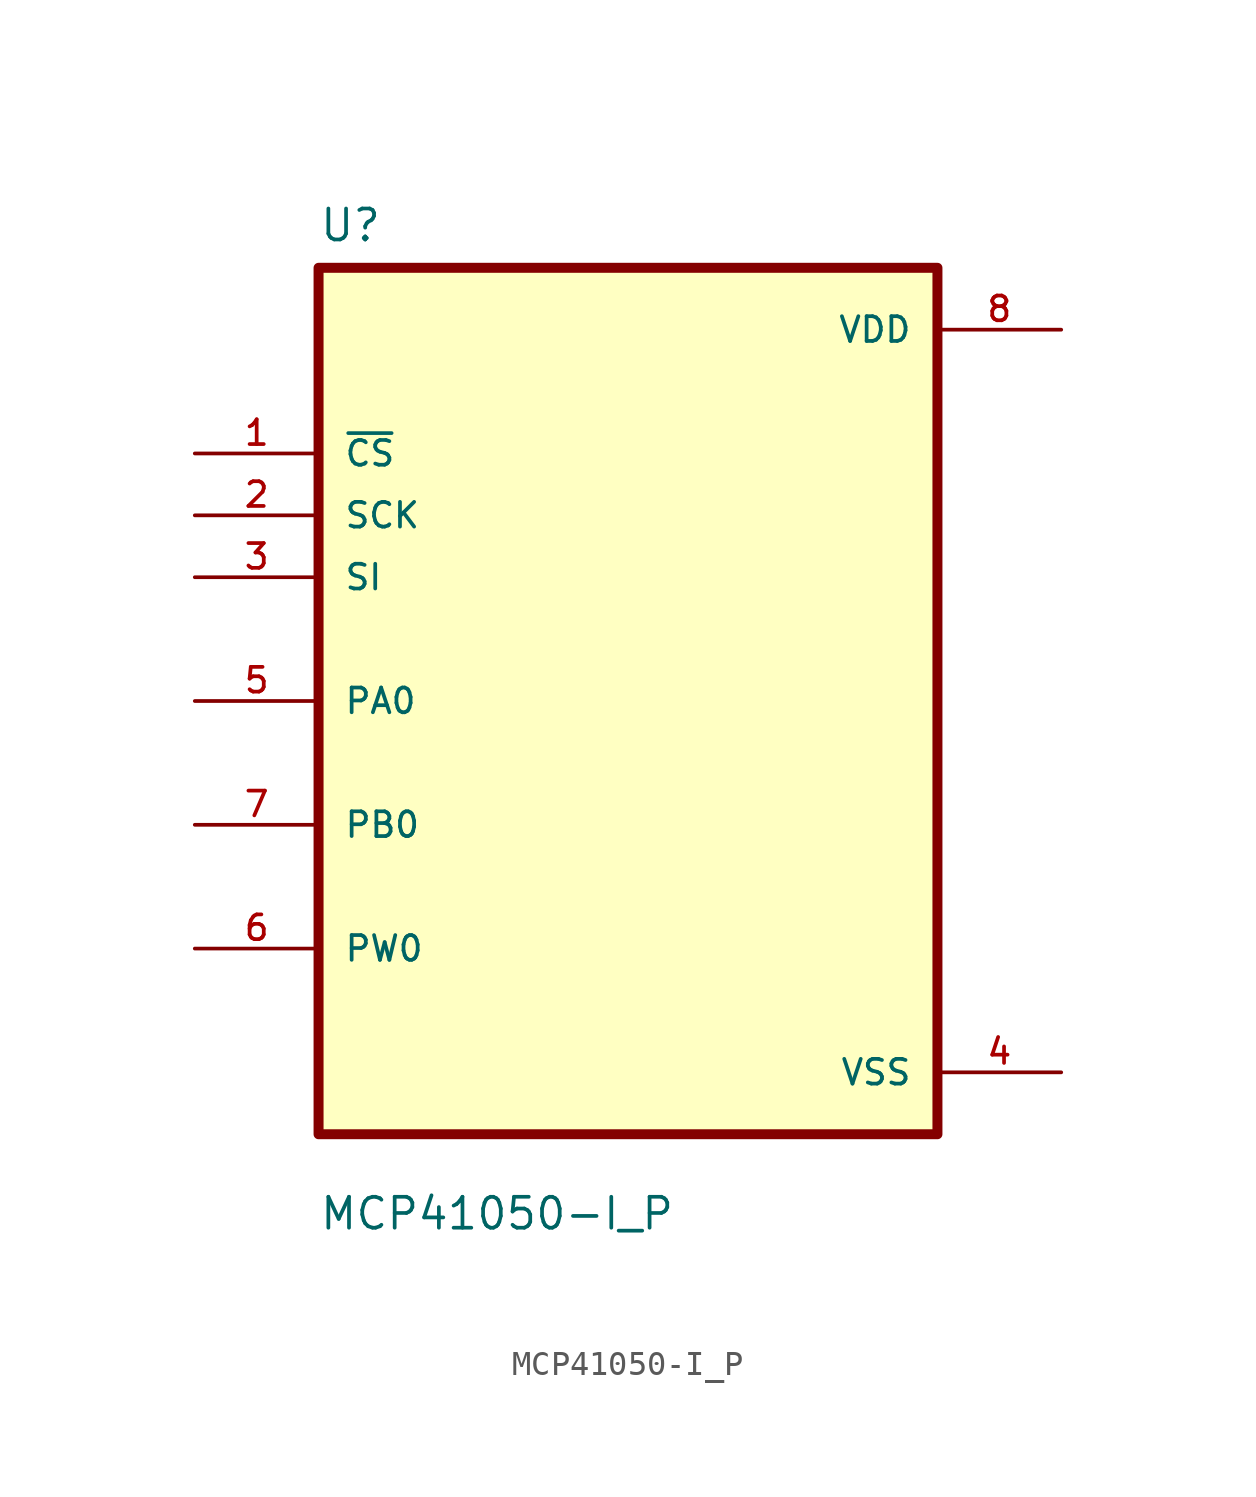
<source format=kicad_sym>
(kicad_symbol_lib
  (version 20211014)
  (generator kicad_symbol_editor)
  (symbol "MCP41050-I_P"
    (pin_names
      (offset 1.016))
    (property "Reference" "U"
      (at -12.7 18.78 0.0)
      (effects (font (size 1.27 1.27)) (justify bottom left)))
    (property "Value" "MCP41050-I_P"
      (at -12.7 -21.78 0.0)
      (effects (font (size 1.27 1.27)) (justify bottom left)))
    (symbol "MCP41050-I_P_0_0"
      (rectangle (start -12.7 -17.78) (end 12.7 17.78) (stroke (width 0.41)) (fill (type background)))
      (pin input line (at -17.78 10.16 0) (length 5.08) (name "~{CS}" (effects (font (size 1.016 1.016)))) (number "1" (effects (font (size 1.016 1.016)))))
      (pin input line (at -17.78 7.62 0) (length 5.08) (name "SCK" (effects (font (size 1.016 1.016)))) (number "2" (effects (font (size 1.016 1.016)))))
      (pin input line (at -17.78 5.08 0) (length 5.08) (name "SI" (effects (font (size 1.016 1.016)))) (number "3" (effects (font (size 1.016 1.016)))))
      (pin bidirectional line (at -17.78 0.0 0) (length 5.08) (name "PA0" (effects (font (size 1.016 1.016)))) (number "5" (effects (font (size 1.016 1.016)))))
      (pin bidirectional line (at -17.78 -5.08 0) (length 5.08) (name "PB0" (effects (font (size 1.016 1.016)))) (number "7" (effects (font (size 1.016 1.016)))))
      (pin bidirectional line (at -17.78 -10.16 0) (length 5.08) (name "PW0" (effects (font (size 1.016 1.016)))) (number "6" (effects (font (size 1.016 1.016)))))
      (pin power_in line (at 17.78 15.24 180.0) (length 5.08) (name "VDD" (effects (font (size 1.016 1.016)))) (number "8" (effects (font (size 1.016 1.016)))))
      (pin power_in line (at 17.78 -15.24 180.0) (length 5.08) (name "VSS" (effects (font (size 1.016 1.016)))) (number "4" (effects (font (size 1.016 1.016))))))))
</source>
